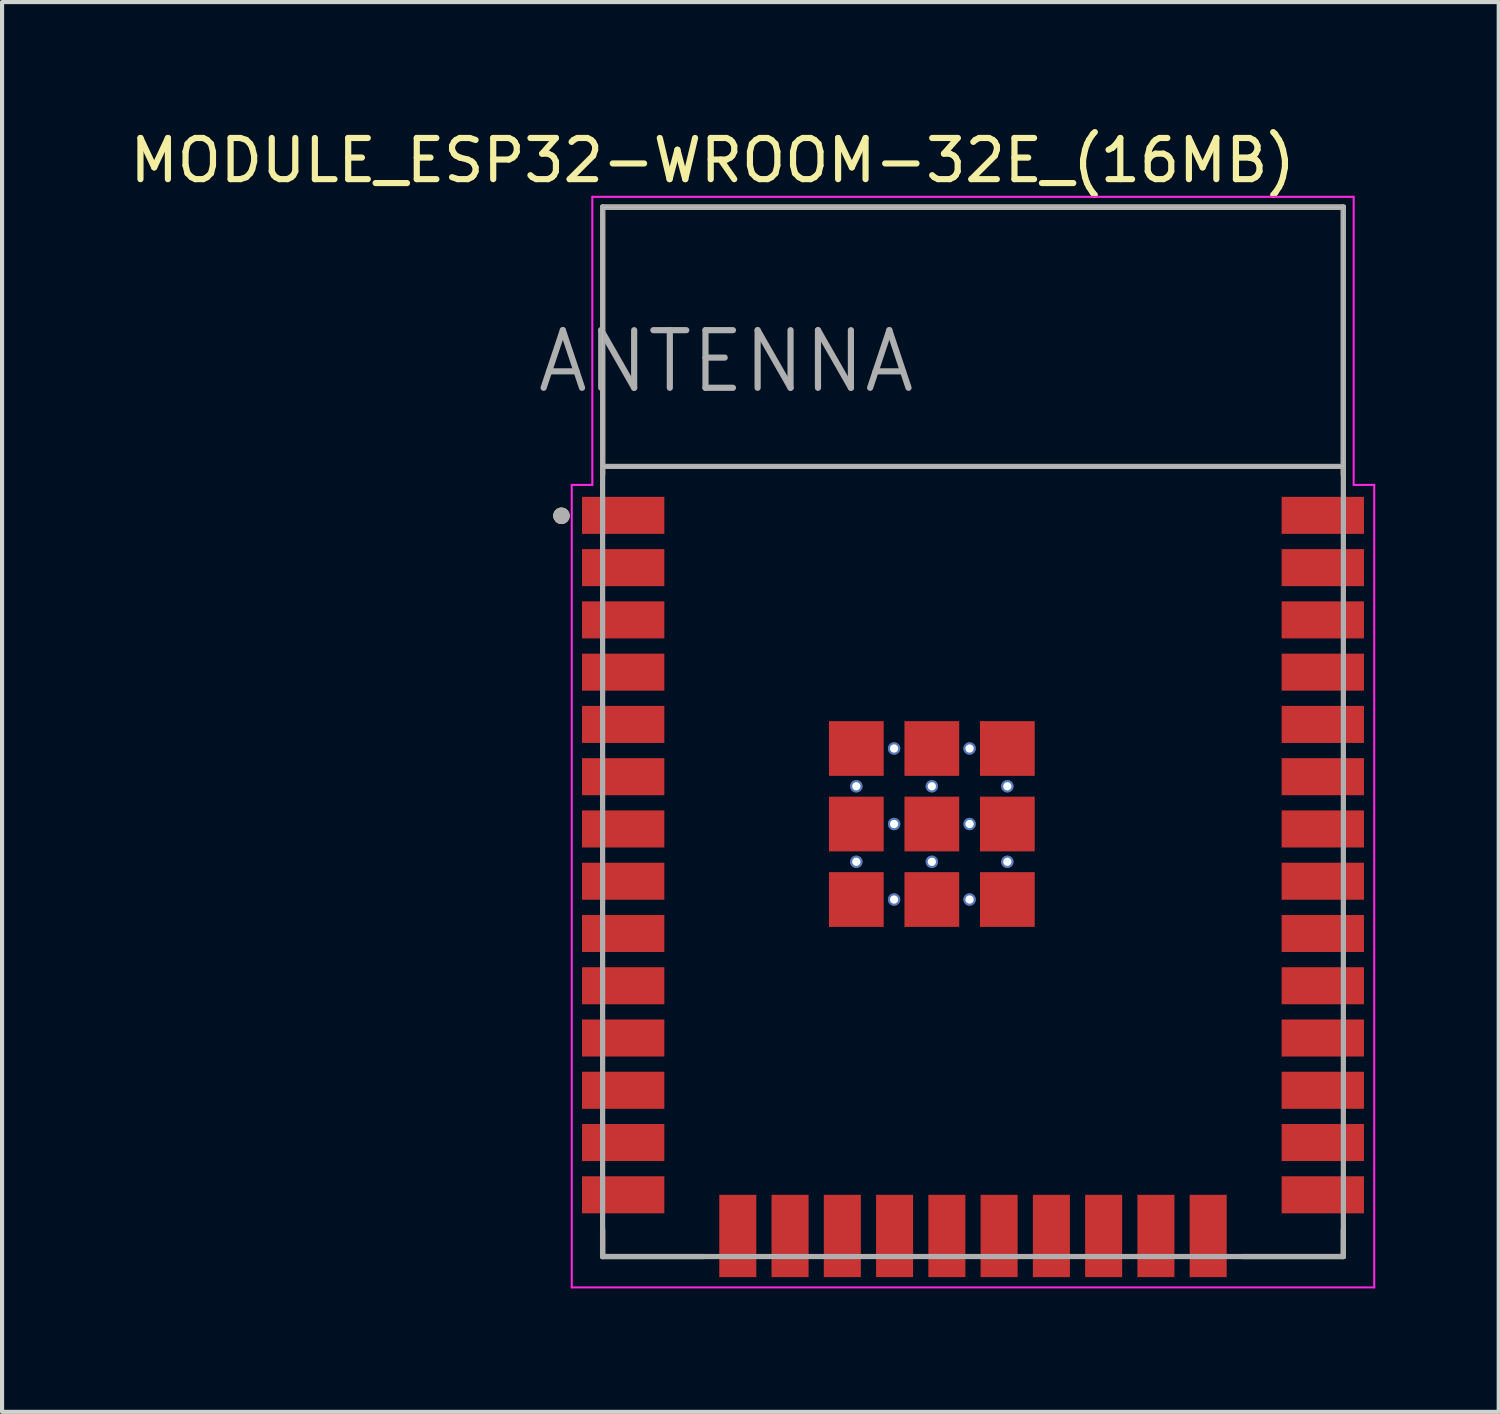
<source format=kicad_pcb>
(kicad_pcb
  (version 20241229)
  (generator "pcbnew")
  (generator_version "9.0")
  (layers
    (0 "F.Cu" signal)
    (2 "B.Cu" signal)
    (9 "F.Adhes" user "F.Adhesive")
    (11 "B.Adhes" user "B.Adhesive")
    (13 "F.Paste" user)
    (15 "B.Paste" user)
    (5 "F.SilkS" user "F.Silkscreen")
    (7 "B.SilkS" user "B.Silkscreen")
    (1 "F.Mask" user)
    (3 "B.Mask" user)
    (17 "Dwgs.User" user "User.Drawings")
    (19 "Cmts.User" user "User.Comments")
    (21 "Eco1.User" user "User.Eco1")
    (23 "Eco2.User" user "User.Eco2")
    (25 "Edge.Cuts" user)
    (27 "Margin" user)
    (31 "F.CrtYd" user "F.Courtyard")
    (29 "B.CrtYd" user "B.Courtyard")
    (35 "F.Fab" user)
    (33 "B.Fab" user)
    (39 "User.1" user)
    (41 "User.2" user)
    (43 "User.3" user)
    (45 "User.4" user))
  (footprint "MODULE_ESP32-WROOM-32E_(16MB)"
    (layer "F.Cu")
    (at 20.593 14.733)
    (property "Reference" "MODULE_ESP32-WROOM-32E_(16MB)" (at -6.325 -13.885 0) (layer "F.SilkS") (effects (font (size 1 1) (thickness 0.15))))
    (attr through_hole)
    (fp_line (start -9 -12.75) (end 9 -12.75) (stroke (width 0.127) (type solid)) (layer "F.SilkS"))
    (fp_line (start -9 -6.25) (end -9 -12.75) (stroke (width 0.127) (type solid)) (layer "F.SilkS"))
    (fp_line (start -9 12.1) (end -9 12.75) (stroke (width 0.127) (type solid)) (layer "F.SilkS"))
    (fp_line (start -9 12.75) (end -6.55 12.75) (stroke (width 0.127) (type solid)) (layer "F.SilkS"))
    (fp_line (start 6.55 12.75) (end 9 12.75) (stroke (width 0.127) (type solid)) (layer "F.SilkS"))
    (fp_line (start 9 -12.75) (end 9 -6.25) (stroke (width 0.127) (type solid)) (layer "F.SilkS"))
    (fp_line (start 9 12.75) (end 9 12.1) (stroke (width 0.127) (type solid)) (layer "F.SilkS"))
    (fp_circle (center -10 -5.25) (end -9.9 -5.25) (stroke (width 0.2) (type solid)) (fill no) (layer "F.SilkS"))
    (fp_poly (pts (xy -9 -12.75) (xy 9 -12.75) (xy 9 -6.45) (xy -9 -6.45)) (stroke (width 0.01) (type solid)) (fill no) (layer "Dwgs.User"))
    (fp_poly (pts (xy -9 -12.75) (xy 9 -12.75) (xy 9 -6.45) (xy -9 -6.45)) (stroke (width 0.01) (type solid)) (fill no) (layer "Dwgs.User"))
    (fp_line (start -9.75 -6) (end -9.25 -6) (stroke (width 0.05) (type solid)) (layer "F.CrtYd"))
    (fp_line (start -9.75 13.5) (end -9.75 -6) (stroke (width 0.05) (type solid)) (layer "F.CrtYd"))
    (fp_line (start -9.25 -13) (end 9.25 -13) (stroke (width 0.05) (type solid)) (layer "F.CrtYd"))
    (fp_line (start -9.25 -6) (end -9.25 -13) (stroke (width 0.05) (type solid)) (layer "F.CrtYd"))
    (fp_line (start 9.25 -13) (end 9.25 -6) (stroke (width 0.05) (type solid)) (layer "F.CrtYd"))
    (fp_line (start 9.25 -6) (end 9.75 -6) (stroke (width 0.05) (type solid)) (layer "F.CrtYd"))
    (fp_line (start 9.75 -6) (end 9.75 13.5) (stroke (width 0.05) (type solid)) (layer "F.CrtYd"))
    (fp_line (start 9.75 13.5) (end -9.75 13.5) (stroke (width 0.05) (type solid)) (layer "F.CrtYd"))
    (fp_line (start -9 -12.75) (end -9 -6.45) (stroke (width 0.127) (type solid)) (layer "F.Fab"))
    (fp_line (start -9 -12.75) (end 9 -12.75) (stroke (width 0.127) (type solid)) (layer "F.Fab"))
    (fp_line (start -9 -6.45) (end 9 -6.45) (stroke (width 0.127) (type solid)) (layer "F.Fab"))
    (fp_line (start -9 12.75) (end -9 -6.45) (stroke (width 0.127) (type solid)) (layer "F.Fab"))
    (fp_line (start 9 -12.75) (end 9 -6.45) (stroke (width 0.127) (type solid)) (layer "F.Fab"))
    (fp_line (start 9 -6.45) (end 9 12.75) (stroke (width 0.127) (type solid)) (layer "F.Fab"))
    (fp_line (start 9 12.75) (end -9 12.75) (stroke (width 0.127) (type solid)) (layer "F.Fab"))
    (fp_circle (center -10 -5.25) (end -9.9 -5.25) (stroke (width 0.2) (type solid)) (fill no) (layer "F.Fab"))
    (fp_text user "ANTENNA" (at -6 -9 0) (layer "F.Fab") (effects (font (size 1.4 1.4) (thickness 0.15))))
    (pad "1" smd rect (at -8.5 -5.26) (size 2 0.9) (layers "F.Cu" "F.Mask" "F.Paste"))
    (pad "2" smd rect (at -8.5 -3.99) (size 2 0.9) (layers "F.Cu" "F.Mask" "F.Paste"))
    (pad "3" smd rect (at -8.5 -2.72) (size 2 0.9) (layers "F.Cu" "F.Mask" "F.Paste"))
    (pad "4" smd rect (at -8.5 -1.45) (size 2 0.9) (layers "F.Cu" "F.Mask" "F.Paste"))
    (pad "5" smd rect (at -8.5 -0.18) (size 2 0.9) (layers "F.Cu" "F.Mask" "F.Paste"))
    (pad "6" smd rect (at -8.5 1.09) (size 2 0.9) (layers "F.Cu" "F.Mask" "F.Paste"))
    (pad "7" smd rect (at -8.5 2.36) (size 2 0.9) (layers "F.Cu" "F.Mask" "F.Paste"))
    (pad "8" smd rect (at -8.5 3.63) (size 2 0.9) (layers "F.Cu" "F.Mask" "F.Paste"))
    (pad "9" smd rect (at -8.5 4.9) (size 2 0.9) (layers "F.Cu" "F.Mask" "F.Paste"))
    (pad "10" smd rect (at -8.5 6.17) (size 2 0.9) (layers "F.Cu" "F.Mask" "F.Paste"))
    (pad "11" smd rect (at -8.5 7.44) (size 2 0.9) (layers "F.Cu" "F.Mask" "F.Paste"))
    (pad "12" smd rect (at -8.5 8.71) (size 2 0.9) (layers "F.Cu" "F.Mask" "F.Paste"))
    (pad "13" smd rect (at -8.5 9.98) (size 2 0.9) (layers "F.Cu" "F.Mask" "F.Paste"))
    (pad "14" smd rect (at -8.5 11.25) (size 2 0.9) (layers "F.Cu" "F.Mask" "F.Paste"))
    (pad "15" smd rect (at -5.715 12.25) (size 0.9 2) (layers "F.Cu" "F.Mask" "F.Paste"))
    (pad "16" smd rect (at -4.445 12.25) (size 0.9 2) (layers "F.Cu" "F.Mask" "F.Paste"))
    (pad "17" smd rect (at -3.175 12.25) (size 0.9 2) (layers "F.Cu" "F.Mask" "F.Paste"))
    (pad "18" smd rect (at -1.905 12.25) (size 0.9 2) (layers "F.Cu" "F.Mask" "F.Paste"))
    (pad "19" smd rect (at -0.635 12.25) (size 0.9 2) (layers "F.Cu" "F.Mask" "F.Paste"))
    (pad "20" smd rect (at 0.635 12.25) (size 0.9 2) (layers "F.Cu" "F.Mask" "F.Paste"))
    (pad "21" smd rect (at 1.905 12.25) (size 0.9 2) (layers "F.Cu" "F.Mask" "F.Paste"))
    (pad "22" smd rect (at 3.175 12.25) (size 0.9 2) (layers "F.Cu" "F.Mask" "F.Paste"))
    (pad "23" smd rect (at 4.445 12.25) (size 0.9 2) (layers "F.Cu" "F.Mask" "F.Paste"))
    (pad "24" smd rect (at 5.715 12.25) (size 0.9 2) (layers "F.Cu" "F.Mask" "F.Paste"))
    (pad "25" smd rect (at 8.5 11.25) (size 2 0.9) (layers "F.Cu" "F.Mask" "F.Paste"))
    (pad "26" smd rect (at 8.5 9.98) (size 2 0.9) (layers "F.Cu" "F.Mask" "F.Paste"))
    (pad "27" smd rect (at 8.5 8.71) (size 2 0.9) (layers "F.Cu" "F.Mask" "F.Paste"))
    (pad "28" smd rect (at 8.5 7.44) (size 2 0.9) (layers "F.Cu" "F.Mask" "F.Paste"))
    (pad "29" smd rect (at 8.5 6.17) (size 2 0.9) (layers "F.Cu" "F.Mask" "F.Paste"))
    (pad "30" smd rect (at 8.5 4.9) (size 2 0.9) (layers "F.Cu" "F.Mask" "F.Paste"))
    (pad "31" smd rect (at 8.5 3.63) (size 2 0.9) (layers "F.Cu" "F.Mask" "F.Paste"))
    (pad "32" smd rect (at 8.5 2.36) (size 2 0.9) (layers "F.Cu" "F.Mask" "F.Paste"))
    (pad "33" smd rect (at 8.5 1.09) (size 2 0.9) (layers "F.Cu" "F.Mask" "F.Paste"))
    (pad "34" smd rect (at 8.5 -0.18) (size 2 0.9) (layers "F.Cu" "F.Mask" "F.Paste"))
    (pad "35" smd rect (at 8.5 -1.45) (size 2 0.9) (layers "F.Cu" "F.Mask" "F.Paste"))
    (pad "36" smd rect (at 8.5 -2.72) (size 2 0.9) (layers "F.Cu" "F.Mask" "F.Paste"))
    (pad "37" smd rect (at 8.5 -3.99) (size 2 0.9) (layers "F.Cu" "F.Mask" "F.Paste"))
    (pad "38" smd rect (at 8.5 -5.26) (size 2 0.9) (layers "F.Cu" "F.Mask" "F.Paste"))
    (pad "39_1" smd rect (at -2.835 0.405) (size 1.33 1.33) (layers "F.Cu" "F.Mask" "F.Paste"))
    (pad "39_2" smd rect (at -1 0.405) (size 1.33 1.33) (layers "F.Cu" "F.Mask" "F.Paste"))
    (pad "39_3" smd rect (at 0.835 0.405) (size 1.33 1.33) (layers "F.Cu" "F.Mask" "F.Paste"))
    (pad "39_4" smd rect (at -2.835 2.24) (size 1.33 1.33) (layers "F.Cu" "F.Mask" "F.Paste"))
    (pad "39_5" smd rect (at -1 2.24) (size 1.33 1.33) (layers "F.Cu" "F.Mask" "F.Paste"))
    (pad "39_6" smd rect (at 0.835 2.24) (size 1.33 1.33) (layers "F.Cu" "F.Mask" "F.Paste"))
    (pad "39_7" smd rect (at -2.835 4.075) (size 1.33 1.33) (layers "F.Cu" "F.Mask" "F.Paste"))
    (pad "39_8" smd rect (at -1 4.075) (size 1.33 1.33) (layers "F.Cu" "F.Mask" "F.Paste"))
    (pad "39_9" smd rect (at 0.835 4.075) (size 1.33 1.33) (layers "F.Cu" "F.Mask" "F.Paste"))
    (pad "39_10" thru_hole circle (at -1.917 0.405) (size 0.3 0.3) (drill 0.2) (layers "*.Cu" "*.Mask"))
    (pad "39_11" thru_hole circle (at -0.083 0.405) (size 0.3 0.3) (drill 0.2) (layers "*.Cu" "*.Mask"))
    (pad "39_12" thru_hole circle (at -2.835 1.323) (size 0.3 0.3) (drill 0.2) (layers "*.Cu" "*.Mask"))
    (pad "39_13" thru_hole circle (at -1 1.323) (size 0.3 0.3) (drill 0.2) (layers "*.Cu" "*.Mask"))
    (pad "39_14" thru_hole circle (at 0.835 1.323) (size 0.3 0.3) (drill 0.2) (layers "*.Cu" "*.Mask"))
    (pad "39_15" thru_hole circle (at -1.917 2.24) (size 0.3 0.3) (drill 0.2) (layers "*.Cu" "*.Mask"))
    (pad "39_16" thru_hole circle (at -0.083 2.24) (size 0.3 0.3) (drill 0.2) (layers "*.Cu" "*.Mask"))
    (pad "39_17" thru_hole circle (at -2.835 3.158) (size 0.3 0.3) (drill 0.2) (layers "*.Cu" "*.Mask"))
    (pad "39_18" thru_hole circle (at -1 3.158) (size 0.3 0.3) (drill 0.2) (layers "*.Cu" "*.Mask"))
    (pad "39_19" thru_hole circle (at 0.835 3.158) (size 0.3 0.3) (drill 0.2) (layers "*.Cu" "*.Mask"))
    (pad "39_20" thru_hole circle (at -1.917 4.075) (size 0.3 0.3) (drill 0.2) (layers "*.Cu" "*.Mask"))
    (pad "39_21" thru_hole circle (at -0.083 4.075) (size 0.3 0.3) (drill 0.2) (layers "*.Cu" "*.Mask")))
  (gr_rect
    (start -3 -3)
    (end 33.368 31.258)
    (stroke (width 0.1) (type default))
    (fill no)
    (layer "Edge.Cuts")))
</source>
